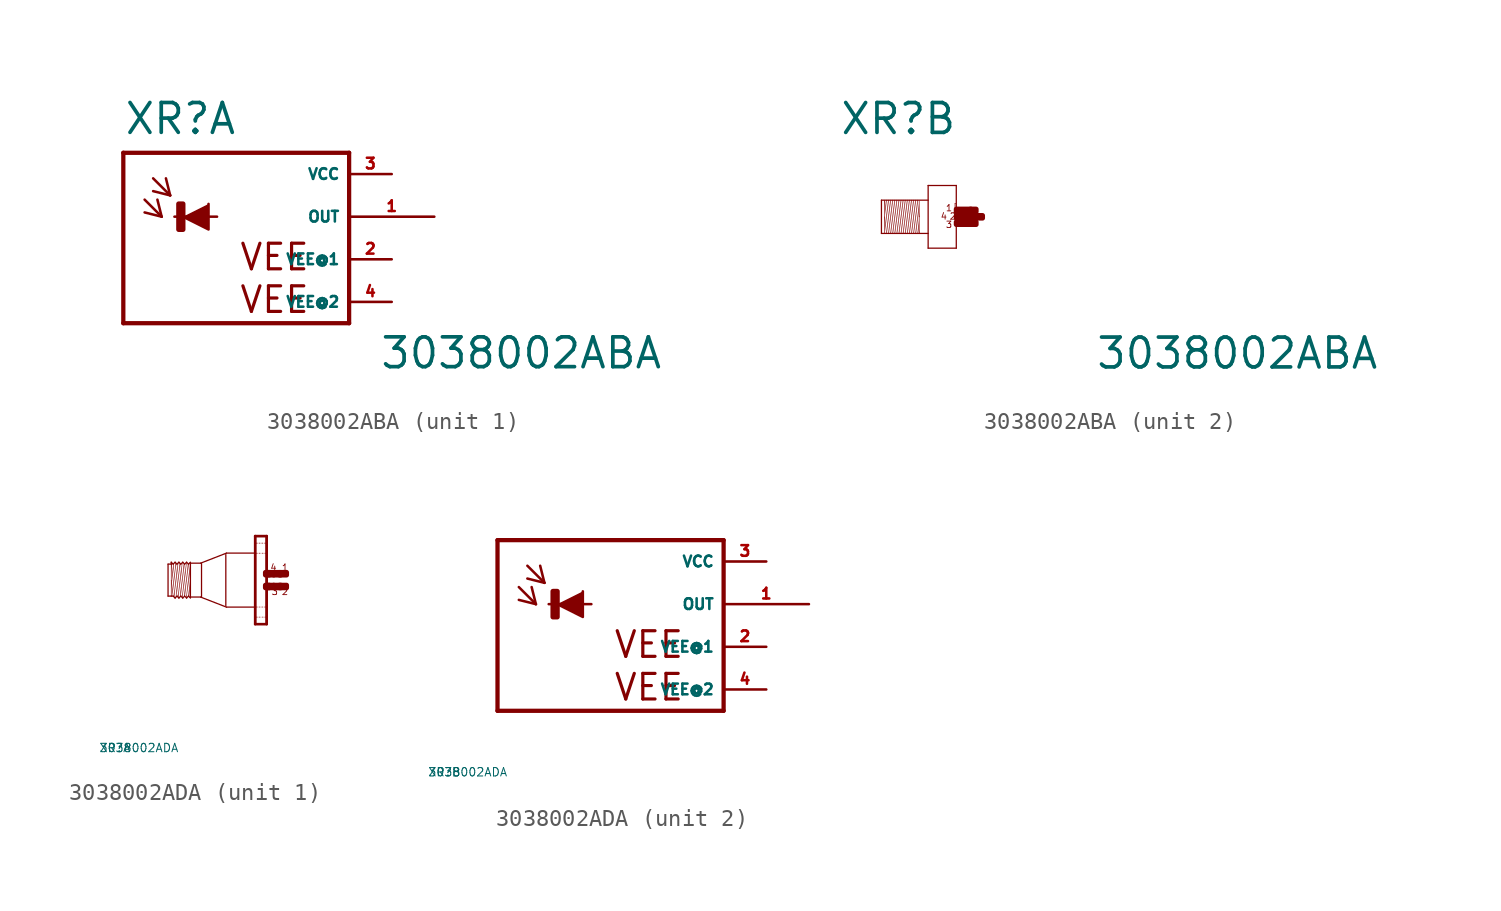
<source format=kicad_sym>
(kicad_symbol_lib
  (version 20220914)
  (generator Eagle2Kicad)
  (symbol "3038002ABA"
    (property "Reference" "XR"
      (at -5.842 4.801 0)
      (effects (font (size 1.778 1.778) (thickness 0.22)) (justify left bottom)))
    (property "Value" "3038002ABA"
      (at 9.398 -9.169 0)
      (effects (font (size 1.778 1.778) (thickness 0.22)) (justify left bottom)))
    (symbol "3038002ABA_1_0"
      (polyline (pts (xy -2.286 0) (xy -0.762 -0.762) (xy -0.762 0.762)) (stroke (width 0.152) (type default)) (fill (type outline)))
      (polyline (pts (xy -4.572 1.016) (xy -3.556 0)) (stroke (width 0.152) (type default)) (fill (type none)))
      (polyline (pts (xy -3.556 0) (xy -3.81 1.016)) (stroke (width 0.152) (type default)) (fill (type none)))
      (polyline (pts (xy -3.556 0) (xy -4.572 0.254)) (stroke (width 0.152) (type default)) (fill (type none)))
      (polyline (pts (xy -4.064 2.286) (xy -3.048 1.27)) (stroke (width 0.152) (type default)) (fill (type none)))
      (polyline (pts (xy -3.048 1.27) (xy -3.302 2.286)) (stroke (width 0.152) (type default)) (fill (type none)))
      (polyline (pts (xy -3.048 1.27) (xy -4.064 1.524)) (stroke (width 0.152) (type default)) (fill (type none)))
      (polyline (pts (xy 7.62 3.81) (xy 7.62 -6.35)) (stroke (width 0.254) (type default)) (fill (type none)))
      (polyline (pts (xy 7.62 -6.35) (xy -5.842 -6.35)) (stroke (width 0.254) (type default)) (fill (type none)))
      (polyline (pts (xy -5.842 -6.35) (xy -5.842 3.81)) (stroke (width 0.254) (type default)) (fill (type none)))
      (polyline (pts (xy -5.842 3.81) (xy 7.62 3.81)) (stroke (width 0.254) (type default)) (fill (type none)))
      (polyline (pts (xy -2.794 0) (xy -0.254 0)) (stroke (width 0.152) (type default)) (fill (type none)))
      (text "VEE" (at 1.016 -3.302 0) (effects (font (size 1.524 1.524) (thickness 0.19)) (justify left bottom)))
      (text "VEE" (at 1.016 -5.842 0) (effects (font (size 1.524 1.524) (thickness 0.19)) (justify left bottom)))
      (rectangle (start -2.54 -0.762) (end -2.286 0.762) (stroke (width 0.3) (type default)) (fill (type outline)))
      (pin unspecified line (at 10.16 2.54 180) (length 2.54) (name "VCC" (effects (font (size 0.635 0.635) (thickness 0.08)) (justify left bottom))) (number "3" (effects (font (size 0.635 0.635) (thickness 0.08)) (justify left bottom))))
      (pin unspecified line (at 10.16 -2.54 180) (length 2.54) (name "VEE@1" (effects (font (size 0.635 0.635) (thickness 0.08)) (justify left bottom))) (number "2" (effects (font (size 0.635 0.635) (thickness 0.08)) (justify left bottom))))
      (pin output line (at 12.7 0 180) (length 5.08) (name "OUT" (effects (font (size 0.635 0.635) (thickness 0.08)) (justify left bottom))) (number "1" (effects (font (size 0.635 0.635) (thickness 0.08)) (justify left bottom))))
      (pin unspecified line (at 10.16 -5.08 180) (length 2.54) (name "VEE@2" (effects (font (size 0.635 0.635) (thickness 0.08)) (justify left bottom))) (number "4" (effects (font (size 0.635 0.635) (thickness 0.08)) (justify left bottom)))))
    (symbol "3038002ABA_2_0"
      (polyline (pts (xy -1.067 0.953) (xy -1.067 0)) (stroke (width 0.038) (type default)) (fill (type none)))
      (polyline (pts (xy -1.067 0) (xy -1.067 -0.991)) (stroke (width 0.038) (type default)) (fill (type none)))
      (polyline (pts (xy -1.067 -0.991) (xy -1.295 0.991)) (stroke (width 0.038) (type default)) (fill (type none)))
      (polyline (pts (xy -1.181 0.991) (xy -1.067 0)) (stroke (width 0.038) (type default)) (fill (type none)))
      (polyline (pts (xy -1.181 -0.991) (xy -1.41 0.991)) (stroke (width 0.038) (type default)) (fill (type none)))
      (polyline (pts (xy -1.295 -0.991) (xy -1.524 0.991)) (stroke (width 0.038) (type default)) (fill (type none)))
      (polyline (pts (xy -1.41 -0.991) (xy -1.638 0.991)) (stroke (width 0.038) (type default)) (fill (type none)))
      (polyline (pts (xy -1.524 -0.991) (xy -1.753 0.991)) (stroke (width 0.038) (type default)) (fill (type none)))
      (polyline (pts (xy -1.638 -0.991) (xy -1.867 0.991)) (stroke (width 0.038) (type default)) (fill (type none)))
      (polyline (pts (xy -1.753 -0.991) (xy -1.981 0.991)) (stroke (width 0.038) (type default)) (fill (type none)))
      (polyline (pts (xy -1.867 -0.991) (xy -2.095 0.991)) (stroke (width 0.038) (type default)) (fill (type none)))
      (polyline (pts (xy -1.981 -0.991) (xy -2.21 0.991)) (stroke (width 0.038) (type default)) (fill (type none)))
      (polyline (pts (xy -2.095 -0.991) (xy -2.324 0.991)) (stroke (width 0.038) (type default)) (fill (type none)))
      (polyline (pts (xy -2.21 -0.991) (xy -2.438 0.991)) (stroke (width 0.038) (type default)) (fill (type none)))
      (polyline (pts (xy -2.324 -0.991) (xy -2.553 0.991)) (stroke (width 0.038) (type default)) (fill (type none)))
      (polyline (pts (xy -2.438 -0.991) (xy -2.667 0.991)) (stroke (width 0.038) (type default)) (fill (type none)))
      (polyline (pts (xy -2.553 -0.991) (xy -2.781 0.991)) (stroke (width 0.038) (type default)) (fill (type none)))
      (polyline (pts (xy -2.667 -0.991) (xy -2.896 0.991)) (stroke (width 0.038) (type default)) (fill (type none)))
      (polyline (pts (xy -2.781 -0.991) (xy -3.01 0.991)) (stroke (width 0.038) (type default)) (fill (type none)))
      (polyline (pts (xy -2.896 -0.991) (xy -3.124 0.991)) (stroke (width 0.038) (type default)) (fill (type none)))
      (polyline (pts (xy -3.124 0) (xy -3.01 -0.991)) (stroke (width 0.038) (type default)) (fill (type none)))
      (polyline (pts (xy -3.124 0.953) (xy -3.124 -0.953)) (stroke (width 0.038) (type default)) (fill (type none)))
      (polyline (pts (xy -3.315 -0.991) (xy -3.315 0.991)) (stroke (width 0.076) (type default)) (fill (type none)))
      (polyline (pts (xy -3.315 0.991) (xy -0.533 0.991)) (stroke (width 0.076) (type default)) (fill (type none)))
      (polyline (pts (xy -0.533 -0.991) (xy -3.315 -0.991)) (stroke (width 0.076) (type default)) (fill (type none)))
      (polyline (pts (xy -0.533 1.867) (xy -0.533 -1.867)) (stroke (width 0.076) (type default)) (fill (type none)))
      (polyline (pts (xy -0.533 -1.867) (xy 1.143 -1.867)) (stroke (width 0.076) (type default)) (fill (type none)))
      (polyline (pts (xy 1.143 -1.867) (xy 1.143 1.867)) (stroke (width 0.076) (type default)) (fill (type none)))
      (polyline (pts (xy 1.143 1.867) (xy -0.533 1.867)) (stroke (width 0.076) (type default)) (fill (type none)))
      (polyline (pts (xy 1.067 0.8) (xy 1.105 0.8)) (stroke (width 0.038) (type default)) (fill (type none)))
      (polyline (pts (xy 1.105 0.495) (xy 1.067 0.495)) (stroke (width 0.038) (type default)) (fill (type none)))
      (polyline (pts (xy 1.067 0.495) (xy 1.067 0.8)) (stroke (width 0.038) (type default)) (fill (type none)))
      (text "1" (at 0.495 0.305 0) (effects (font (size 0.381 0.381) (thickness 0.05)) (justify left bottom)))
      (text "2" (at 0.724 -0.191 0) (effects (font (size 0.381 0.381) (thickness 0.05)) (justify left bottom)))
      (text "3" (at 0.495 -0.686 0) (effects (font (size 0.381 0.381) (thickness 0.05)) (justify left bottom)))
      (text "4" (at 0.191 -0.191 0) (effects (font (size 0.381 0.381) (thickness 0.05)) (justify left bottom)))
      (rectangle (start 1.143 -0.076) (end 1.638 0.076) (stroke (width 0.3) (type default)) (fill (type outline)))
      (rectangle (start 1.143 0.305) (end 2.019 0.457) (stroke (width 0.3) (type default)) (fill (type outline)))
      (rectangle (start 1.143 -0.457) (end 2.019 -0.305) (stroke (width 0.3) (type default)) (fill (type outline)))
      (rectangle (start 1.981 -0.457) (end 2.324 -0.305) (stroke (width 0.3) (type default)) (fill (type outline)))
      (rectangle (start 1.6 -0.076) (end 1.943 0.076) (stroke (width 0.3) (type default)) (fill (type outline)))
      (rectangle (start 1.981 0.305) (end 2.324 0.457) (stroke (width 0.3) (type default)) (fill (type outline)))
      (rectangle (start 1.905 -0.076) (end 2.705 0.076) (stroke (width 0.3) (type default)) (fill (type outline)))))
  (symbol "3038002ADA"
    (property "Reference" "XR"
      (at -10 -10 0)
      (effects (font (size 0.5 0.5) (thickness 0.06)) (justify left)))
    (property "Value" "3038002ADA"
      (at -10 -10 0)
      (effects (font (size 0.5 0.5) (thickness 0.06)) (justify left)))
    (symbol "3038002ADA_1_0"
      (polyline (pts (xy -4.548 -1.067) (xy -4.777 1.067)) (stroke (width 0.038) (type default)) (fill (type none)))
      (polyline (pts (xy -4.662 0.953) (xy -4.548 0)) (stroke (width 0.038) (type default)) (fill (type none)))
      (polyline (pts (xy -4.662 -0.953) (xy -4.891 0.953)) (stroke (width 0.038) (type default)) (fill (type none)))
      (polyline (pts (xy -4.777 -1.067) (xy -5.005 1.067)) (stroke (width 0.038) (type default)) (fill (type none)))
      (polyline (pts (xy -4.891 -0.953) (xy -5.12 0.953)) (stroke (width 0.038) (type default)) (fill (type none)))
      (polyline (pts (xy -5.005 -1.067) (xy -5.234 1.067)) (stroke (width 0.038) (type default)) (fill (type none)))
      (polyline (pts (xy -5.12 -0.953) (xy -5.348 0.953)) (stroke (width 0.038) (type default)) (fill (type none)))
      (polyline (pts (xy -5.234 -1.067) (xy -5.462 1.067)) (stroke (width 0.038) (type default)) (fill (type none)))
      (polyline (pts (xy -5.348 -0.953) (xy -5.577 0.953)) (stroke (width 0.038) (type default)) (fill (type none)))
      (polyline (pts (xy -5.462 -1.067) (xy -5.691 1.067)) (stroke (width 0.038) (type default)) (fill (type none)))
      (polyline (pts (xy -5.691 0) (xy -5.577 -0.953)) (stroke (width 0.038) (type default)) (fill (type none)))
      (polyline (pts (xy -5.691 1.029) (xy -5.691 0.953)) (stroke (width 0.038) (type default)) (fill (type none)))
      (polyline (pts (xy -5.691 0.953) (xy -5.691 -0.953)) (stroke (width 0.038) (type default)) (fill (type none)))
      (polyline (pts (xy -5.881 -0.953) (xy -5.881 0.953)) (stroke (width 0.076) (type default)) (fill (type none)))
      (polyline (pts (xy -5.881 0.953) (xy -5.691 0.953)) (stroke (width 0.076) (type default)) (fill (type none)))
      (polyline (pts (xy -5.691 0.953) (xy -5.691 1.067)) (stroke (width 0.076) (type default)) (fill (type none)))
      (polyline (pts (xy -5.691 1.067) (xy -5.577 0.953)) (stroke (width 0.076) (type default)) (fill (type none)))
      (polyline (pts (xy -5.577 0.953) (xy -5.462 1.067)) (stroke (width 0.076) (type default)) (fill (type none)))
      (polyline (pts (xy -5.462 1.067) (xy -5.348 0.953)) (stroke (width 0.076) (type default)) (fill (type none)))
      (polyline (pts (xy -5.348 0.953) (xy -5.234 1.067)) (stroke (width 0.076) (type default)) (fill (type none)))
      (polyline (pts (xy -5.234 1.067) (xy -5.12 0.953)) (stroke (width 0.076) (type default)) (fill (type none)))
      (polyline (pts (xy -5.12 0.953) (xy -5.005 1.067)) (stroke (width 0.076) (type default)) (fill (type none)))
      (polyline (pts (xy -4.777 1.067) (xy -4.662 0.953)) (stroke (width 0.076) (type default)) (fill (type none)))
      (polyline (pts (xy -4.662 0.953) (xy -4.548 1.067)) (stroke (width 0.076) (type default)) (fill (type none)))
      (polyline (pts (xy -4.548 -1.067) (xy -4.662 -0.953)) (stroke (width 0.076) (type default)) (fill (type none)))
      (polyline (pts (xy -4.662 -0.953) (xy -4.777 -1.067)) (stroke (width 0.076) (type default)) (fill (type none)))
      (polyline (pts (xy -4.777 -1.067) (xy -4.891 -0.953)) (stroke (width 0.076) (type default)) (fill (type none)))
      (polyline (pts (xy -4.891 -0.953) (xy -5.005 -1.067)) (stroke (width 0.076) (type default)) (fill (type none)))
      (polyline (pts (xy -5.005 -1.067) (xy -5.12 -0.953)) (stroke (width 0.076) (type default)) (fill (type none)))
      (polyline (pts (xy -5.12 -0.953) (xy -5.234 -1.067)) (stroke (width 0.076) (type default)) (fill (type none)))
      (polyline (pts (xy -5.234 -1.067) (xy -5.348 -0.953)) (stroke (width 0.076) (type default)) (fill (type none)))
      (polyline (pts (xy -5.348 -0.953) (xy -5.462 -1.067)) (stroke (width 0.076) (type default)) (fill (type none)))
      (polyline (pts (xy -5.462 -1.067) (xy -5.577 -0.953)) (stroke (width 0.076) (type default)) (fill (type none)))
      (polyline (pts (xy -5.577 -0.953) (xy -5.691 -0.953)) (stroke (width 0.076) (type default)) (fill (type none)))
      (polyline (pts (xy -5.691 -0.953) (xy -5.881 -0.953)) (stroke (width 0.076) (type default)) (fill (type none)))
      (polyline (pts (xy -4.548 1.029) (xy -4.548 1.01)) (stroke (width 0.076) (type default)) (fill (type none)))
      (polyline (pts (xy -4.548 1.01) (xy -4.548 -1.01)) (stroke (width 0.076) (type default)) (fill (type none)))
      (polyline (pts (xy -4.548 -1.01) (xy -4.548 -1.029)) (stroke (width 0.076) (type default)) (fill (type none)))
      (polyline (pts (xy -0.038 2.594) (xy -0.038 -2.594)) (stroke (width 0.076) (type default)) (fill (type none)))
      (polyline (pts (xy -0.038 -2.594) (xy -0.655 -2.594)) (stroke (width 0.076) (type default)) (fill (type none)))
      (polyline (pts (xy -0.655 -2.594) (xy -0.655 2.594)) (stroke (width 0.076) (type default)) (fill (type none)))
      (polyline (pts (xy -0.655 2.594) (xy -0.038 2.594)) (stroke (width 0.076) (type default)) (fill (type none)))
      (polyline (pts (xy -0.699 1.61) (xy -2.4 1.61)) (stroke (width 0.076) (type default)) (fill (type none)))
      (polyline (pts (xy -2.4 1.61) (xy -3.938 1.012)) (stroke (width 0.076) (type default)) (fill (type none)))
      (polyline (pts (xy -0.669 -1.61) (xy -2.4 -1.61)) (stroke (width 0.076) (type default)) (fill (type none)))
      (polyline (pts (xy -2.4 -1.61) (xy -3.938 -1.012)) (stroke (width 0.076) (type default)) (fill (type none)))
      (polyline (pts (xy -3.938 -1.01) (xy -4.548 -1.01)) (stroke (width 0.076) (type default)) (fill (type none)))
      (polyline (pts (xy -4.548 1.01) (xy -3.938 1.01)) (stroke (width 0.076) (type default)) (fill (type none)))
      (polyline (pts (xy -4.777 1.067) (xy -4.891 0.953)) (stroke (width 0.076) (type default)) (fill (type none)))
      (polyline (pts (xy -4.891 0.953) (xy -5.005 1.067)) (stroke (width 0.076) (type default)) (fill (type none)))
      (polyline (pts (xy 0 -2.625) (xy -0.69 -2.625)) (stroke (width 0) (type default)) (fill (type none)))
      (polyline (pts (xy 0 -2.625) (xy 0 2.625)) (stroke (width 0) (type default)) (fill (type none)))
      (polyline (pts (xy 0 2.625) (xy -0.69 2.625)) (stroke (width 0) (type default)) (fill (type none)))
      (polyline (pts (xy -0.69 2.625) (xy -0.69 -2.625)) (stroke (width 0) (type default)) (fill (type none)))
      (polyline (pts (xy -0.039 -1.605) (xy -0.135 -1.605)) (stroke (width 0.038) (type default)) (fill (type none)))
      (polyline (pts (xy -0.225 -1.605) (xy -0.3 -1.605)) (stroke (width 0.038) (type default)) (fill (type none)))
      (polyline (pts (xy -0.39 -1.605) (xy -0.465 -1.605)) (stroke (width 0.038) (type default)) (fill (type none)))
      (polyline (pts (xy -0.555 -1.605) (xy -0.633 -1.605)) (stroke (width 0.038) (type default)) (fill (type none)))
      (polyline (pts (xy -0.039 -2.205) (xy -0.12 -2.205)) (stroke (width 0.038) (type default)) (fill (type none)))
      (polyline (pts (xy -0.21 -2.205) (xy -0.285 -2.205)) (stroke (width 0.038) (type default)) (fill (type none)))
      (polyline (pts (xy -0.39 -2.205) (xy -0.465 -2.205)) (stroke (width 0.038) (type default)) (fill (type none)))
      (polyline (pts (xy -0.555 -2.205) (xy -0.633 -2.205)) (stroke (width 0.038) (type default)) (fill (type none)))
      (polyline (pts (xy -0.039 2.205) (xy -0.135 2.205)) (stroke (width 0.038) (type default)) (fill (type none)))
      (polyline (pts (xy -0.225 2.205) (xy -0.3 2.205)) (stroke (width 0.038) (type default)) (fill (type none)))
      (polyline (pts (xy -0.39 2.205) (xy -0.465 2.205)) (stroke (width 0.038) (type default)) (fill (type none)))
      (polyline (pts (xy -0.555 2.205) (xy -0.633 2.205)) (stroke (width 0.038) (type default)) (fill (type none)))
      (polyline (pts (xy -0.039 1.605) (xy -0.12 1.605)) (stroke (width 0.038) (type default)) (fill (type none)))
      (polyline (pts (xy -0.21 1.605) (xy -0.285 1.605)) (stroke (width 0.038) (type default)) (fill (type none)))
      (polyline (pts (xy -0.39 1.605) (xy -0.465 1.605)) (stroke (width 0.038) (type default)) (fill (type none)))
      (polyline (pts (xy -0.555 1.605) (xy -0.633 1.605)) (stroke (width 0.038) (type default)) (fill (type none)))
      (polyline (pts (xy -3.886 0.991) (xy -3.886 -0.991)) (stroke (width 0.076) (type default)) (fill (type none)))
      (polyline (pts (xy -2.438 1.524) (xy -2.438 -1.524)) (stroke (width 0.076) (type default)) (fill (type none)))
      (text "1" (at 0.876 0.533 0) (effects (font (size 0.381 0.381) (thickness 0.05)) (justify left bottom)))
      (text "3" (at 0.267 -0.914 0) (effects (font (size 0.381 0.381) (thickness 0.05)) (justify left bottom)))
      (text "2" (at 0.876 -0.914 0) (effects (font (size 0.381 0.381) (thickness 0.05)) (justify left bottom)))
      (text "4" (at 0.191 0.533 0) (effects (font (size 0.381 0.381) (thickness 0.05)) (justify left bottom)))
      (rectangle (start 0.838 -0.457) (end 1.181 -0.305) (stroke (width 0.3) (type default)) (fill (type outline)))
      (rectangle (start 0.419 -0.457) (end 0.762 -0.305) (stroke (width 0.3) (type default)) (fill (type outline)))
      (rectangle (start 0.076 -0.457) (end 0.419 -0.305) (stroke (width 0.3) (type default)) (fill (type outline)))
      (rectangle (start -0.076 -0.457) (end 0.152 -0.305) (stroke (width 0.3) (type default)) (fill (type outline)))
      (rectangle (start 0.762 -0.457) (end 0.838 -0.305) (stroke (width 0.3) (type default)) (fill (type outline)))
      (rectangle (start 0.838 0.305) (end 1.181 0.457) (stroke (width 0.3) (type default)) (fill (type outline)))
      (rectangle (start 0.762 0.305) (end 0.838 0.457) (stroke (width 0.3) (type default)) (fill (type outline)))
      (rectangle (start 0.419 0.305) (end 0.762 0.457) (stroke (width 0.3) (type default)) (fill (type outline)))
      (rectangle (start 0.076 0.305) (end 0.419 0.457) (stroke (width 0.3) (type default)) (fill (type outline)))
      (rectangle (start -0.076 0.305) (end 0.152 0.457) (stroke (width 0.3) (type default)) (fill (type outline))))
    (symbol "3038002ADA_2_0"
      (polyline (pts (xy -2.286 0) (xy -0.762 -0.762) (xy -0.762 0.762)) (stroke (width 0.152) (type default)) (fill (type outline)))
      (polyline (pts (xy -4.572 1.016) (xy -3.556 0)) (stroke (width 0.152) (type default)) (fill (type none)))
      (polyline (pts (xy -3.556 0) (xy -3.81 1.016)) (stroke (width 0.152) (type default)) (fill (type none)))
      (polyline (pts (xy -3.556 0) (xy -4.572 0.254)) (stroke (width 0.152) (type default)) (fill (type none)))
      (polyline (pts (xy -4.064 2.286) (xy -3.048 1.27)) (stroke (width 0.152) (type default)) (fill (type none)))
      (polyline (pts (xy -3.048 1.27) (xy -3.302 2.286)) (stroke (width 0.152) (type default)) (fill (type none)))
      (polyline (pts (xy -3.048 1.27) (xy -4.064 1.524)) (stroke (width 0.152) (type default)) (fill (type none)))
      (polyline (pts (xy 7.62 3.81) (xy 7.62 -6.35)) (stroke (width 0.254) (type default)) (fill (type none)))
      (polyline (pts (xy 7.62 -6.35) (xy -5.842 -6.35)) (stroke (width 0.254) (type default)) (fill (type none)))
      (polyline (pts (xy -5.842 -6.35) (xy -5.842 3.81)) (stroke (width 0.254) (type default)) (fill (type none)))
      (polyline (pts (xy -5.842 3.81) (xy 7.62 3.81)) (stroke (width 0.254) (type default)) (fill (type none)))
      (polyline (pts (xy -2.794 0) (xy -0.254 0)) (stroke (width 0.152) (type default)) (fill (type none)))
      (text "VEE" (at 1.016 -3.302 0) (effects (font (size 1.524 1.524) (thickness 0.19)) (justify left bottom)))
      (text "VEE" (at 1.016 -5.842 0) (effects (font (size 1.524 1.524) (thickness 0.19)) (justify left bottom)))
      (rectangle (start -2.54 -0.762) (end -2.286 0.762) (stroke (width 0.3) (type default)) (fill (type outline)))
      (pin unspecified line (at 10.16 2.54 180) (length 2.54) (name "VCC" (effects (font (size 0.635 0.635) (thickness 0.08)) (justify left bottom))) (number "3" (effects (font (size 0.635 0.635) (thickness 0.08)) (justify left bottom))))
      (pin unspecified line (at 10.16 -2.54 180) (length 2.54) (name "VEE@1" (effects (font (size 0.635 0.635) (thickness 0.08)) (justify left bottom))) (number "2" (effects (font (size 0.635 0.635) (thickness 0.08)) (justify left bottom))))
      (pin output line (at 12.7 0 180) (length 5.08) (name "OUT" (effects (font (size 0.635 0.635) (thickness 0.08)) (justify left bottom))) (number "1" (effects (font (size 0.635 0.635) (thickness 0.08)) (justify left bottom))))
      (pin unspecified line (at 10.16 -5.08 180) (length 2.54) (name "VEE@2" (effects (font (size 0.635 0.635) (thickness 0.08)) (justify left bottom))) (number "4" (effects (font (size 0.635 0.635) (thickness 0.08)) (justify left bottom)))))))
</source>
